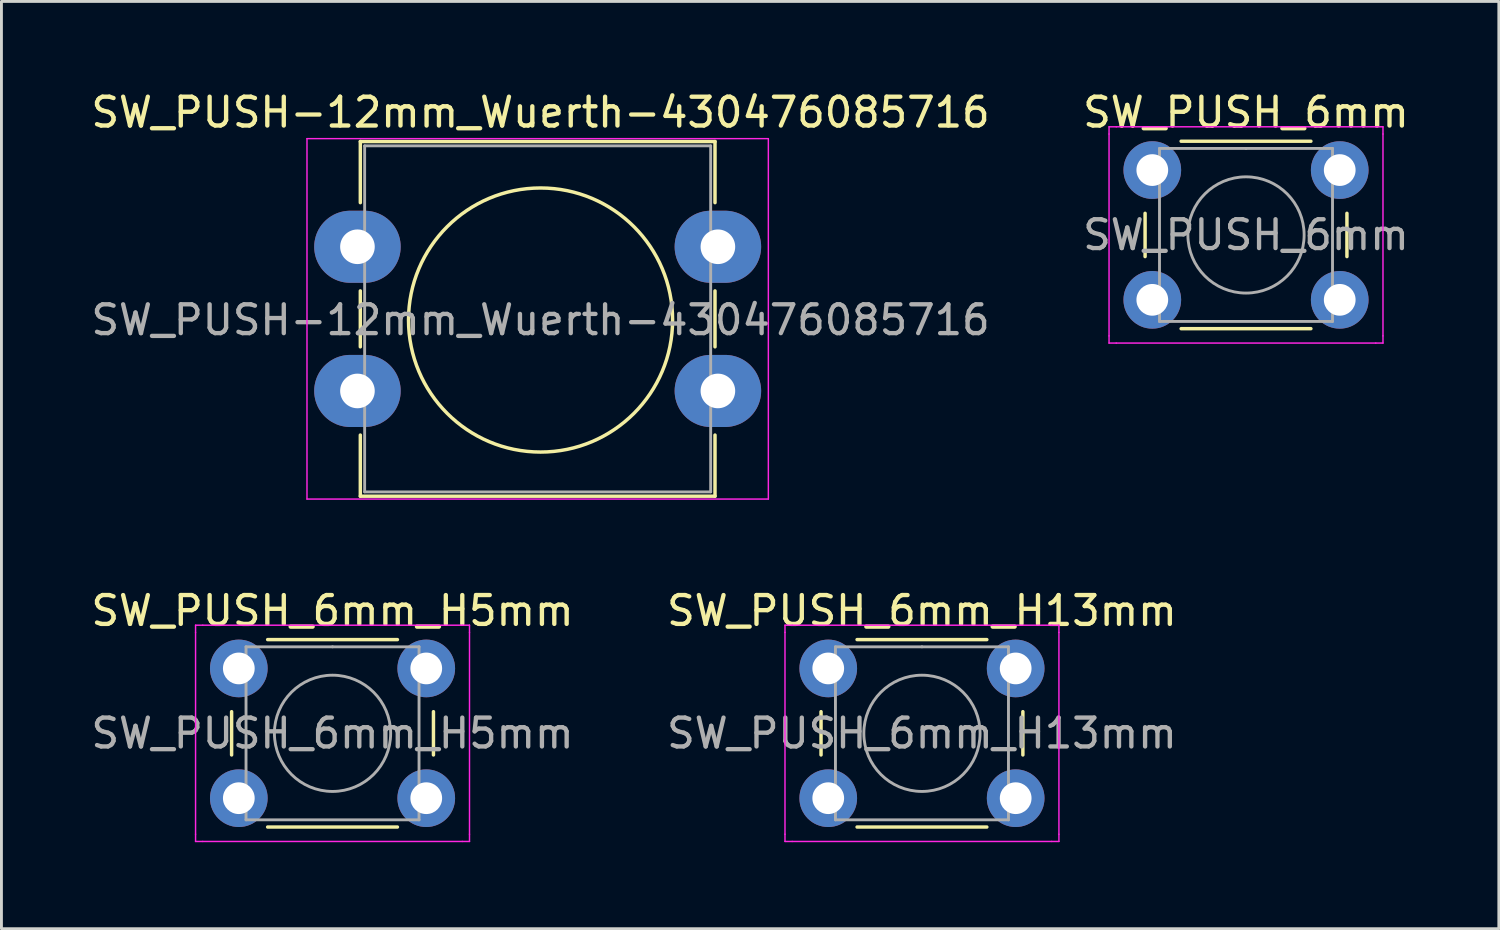
<source format=kicad_pcb>
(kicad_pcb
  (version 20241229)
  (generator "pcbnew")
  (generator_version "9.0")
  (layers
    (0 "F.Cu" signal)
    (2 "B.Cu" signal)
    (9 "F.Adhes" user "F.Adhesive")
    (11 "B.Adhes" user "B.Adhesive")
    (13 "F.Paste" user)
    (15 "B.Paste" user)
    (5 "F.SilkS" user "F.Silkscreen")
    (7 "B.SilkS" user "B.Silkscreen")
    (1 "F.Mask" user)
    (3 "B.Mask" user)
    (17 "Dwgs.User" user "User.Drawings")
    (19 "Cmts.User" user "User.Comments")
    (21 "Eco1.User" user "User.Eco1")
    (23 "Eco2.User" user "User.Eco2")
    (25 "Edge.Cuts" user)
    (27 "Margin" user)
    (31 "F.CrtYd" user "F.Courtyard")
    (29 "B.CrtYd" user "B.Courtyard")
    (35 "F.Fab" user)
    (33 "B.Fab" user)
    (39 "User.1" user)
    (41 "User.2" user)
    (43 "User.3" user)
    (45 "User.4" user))
  (footprint "SW_PUSH_6mm_H5mm"
    (layer "F.Cu")
    (at 5.232 20.131)
    (property "Reference" "SW_PUSH_6mm_H5mm" (at 3.25 -2 0) (layer "F.SilkS") (effects (font (size 1 1) (thickness 0.15))))
    (attr through_hole)
    (fp_line (start -0.25 1.5) (end -0.25 3) (stroke (width 0.12) (type solid)) (layer "F.SilkS"))
    (fp_line (start 1 5.5) (end 5.5 5.5) (stroke (width 0.12) (type solid)) (layer "F.SilkS"))
    (fp_line (start 5.5 -1) (end 1 -1) (stroke (width 0.12) (type solid)) (layer "F.SilkS"))
    (fp_line (start 6.75 3) (end 6.75 1.5) (stroke (width 0.12) (type solid)) (layer "F.SilkS"))
    (fp_line (start -1.5 -1.5) (end -1.25 -1.5) (stroke (width 0.05) (type solid)) (layer "F.CrtYd"))
    (fp_line (start -1.5 -1.25) (end -1.5 -1.5) (stroke (width 0.05) (type solid)) (layer "F.CrtYd"))
    (fp_line (start -1.5 5.75) (end -1.5 -1.25) (stroke (width 0.05) (type solid)) (layer "F.CrtYd"))
    (fp_line (start -1.5 5.75) (end -1.5 6) (stroke (width 0.05) (type solid)) (layer "F.CrtYd"))
    (fp_line (start -1.5 6) (end -1.25 6) (stroke (width 0.05) (type solid)) (layer "F.CrtYd"))
    (fp_line (start -1.25 -1.5) (end 7.75 -1.5) (stroke (width 0.05) (type solid)) (layer "F.CrtYd"))
    (fp_line (start 7.75 -1.5) (end 8 -1.5) (stroke (width 0.05) (type solid)) (layer "F.CrtYd"))
    (fp_line (start 7.75 6) (end -1.25 6) (stroke (width 0.05) (type solid)) (layer "F.CrtYd"))
    (fp_line (start 7.75 6) (end 8 6) (stroke (width 0.05) (type solid)) (layer "F.CrtYd"))
    (fp_line (start 8 -1.5) (end 8 -1.25) (stroke (width 0.05) (type solid)) (layer "F.CrtYd"))
    (fp_line (start 8 -1.25) (end 8 5.75) (stroke (width 0.05) (type solid)) (layer "F.CrtYd"))
    (fp_line (start 8 6) (end 8 5.75) (stroke (width 0.05) (type solid)) (layer "F.CrtYd"))
    (fp_line (start 0.25 -0.75) (end 3.25 -0.75) (stroke (width 0.1) (type solid)) (layer "F.Fab"))
    (fp_line (start 0.25 5.25) (end 0.25 -0.75) (stroke (width 0.1) (type solid)) (layer "F.Fab"))
    (fp_line (start 3.25 -0.75) (end 6.25 -0.75) (stroke (width 0.1) (type solid)) (layer "F.Fab"))
    (fp_line (start 6.25 -0.75) (end 6.25 5.25) (stroke (width 0.1) (type solid)) (layer "F.Fab"))
    (fp_line (start 6.25 5.25) (end 0.25 5.25) (stroke (width 0.1) (type solid)) (layer "F.Fab"))
    (fp_circle (center 3.25 2.25) (end 1.25 2.5) (stroke (width 0.1) (type solid)) (fill no) (layer "F.Fab"))
    (fp_text user "${REFERENCE}" (at 3.25 2.25 0) (layer "F.Fab") (effects (font (size 1 1) (thickness 0.15))))
    (pad "1" thru_hole circle (at 0 0 90) (size 2 2) (drill 1.1) (layers "*.Cu" "*.Mask"))
    (pad "1" thru_hole circle (at 6.5 0 90) (size 2 2) (drill 1.1) (layers "*.Cu" "*.Mask"))
    (pad "2" thru_hole circle (at 0 4.5 90) (size 2 2) (drill 1.1) (layers "*.Cu" "*.Mask"))
    (pad "2" thru_hole circle (at 6.5 4.5 90) (size 2 2) (drill 1.1) (layers "*.Cu" "*.Mask")))
  (footprint "SW_PUSH_6mm"
    (layer "F.Cu")
    (at 36.911 2.848)
    (property "Reference" "SW_PUSH_6mm" (at 3.25 -2 0) (layer "F.SilkS") (effects (font (size 1 1) (thickness 0.15))))
    (attr through_hole)
    (fp_line (start -0.25 1.5) (end -0.25 3) (stroke (width 0.12) (type solid)) (layer "F.SilkS"))
    (fp_line (start 1 5.5) (end 5.5 5.5) (stroke (width 0.12) (type solid)) (layer "F.SilkS"))
    (fp_line (start 5.5 -1) (end 1 -1) (stroke (width 0.12) (type solid)) (layer "F.SilkS"))
    (fp_line (start 6.75 3) (end 6.75 1.5) (stroke (width 0.12) (type solid)) (layer "F.SilkS"))
    (fp_line (start -1.5 -1.5) (end -1.25 -1.5) (stroke (width 0.05) (type solid)) (layer "F.CrtYd"))
    (fp_line (start -1.5 -1.25) (end -1.5 -1.5) (stroke (width 0.05) (type solid)) (layer "F.CrtYd"))
    (fp_line (start -1.5 5.75) (end -1.5 -1.25) (stroke (width 0.05) (type solid)) (layer "F.CrtYd"))
    (fp_line (start -1.5 5.75) (end -1.5 6) (stroke (width 0.05) (type solid)) (layer "F.CrtYd"))
    (fp_line (start -1.5 6) (end -1.25 6) (stroke (width 0.05) (type solid)) (layer "F.CrtYd"))
    (fp_line (start -1.25 -1.5) (end 7.75 -1.5) (stroke (width 0.05) (type solid)) (layer "F.CrtYd"))
    (fp_line (start 7.75 -1.5) (end 8 -1.5) (stroke (width 0.05) (type solid)) (layer "F.CrtYd"))
    (fp_line (start 7.75 6) (end -1.25 6) (stroke (width 0.05) (type solid)) (layer "F.CrtYd"))
    (fp_line (start 7.75 6) (end 8 6) (stroke (width 0.05) (type solid)) (layer "F.CrtYd"))
    (fp_line (start 8 -1.5) (end 8 -1.25) (stroke (width 0.05) (type solid)) (layer "F.CrtYd"))
    (fp_line (start 8 -1.25) (end 8 5.75) (stroke (width 0.05) (type solid)) (layer "F.CrtYd"))
    (fp_line (start 8 6) (end 8 5.75) (stroke (width 0.05) (type solid)) (layer "F.CrtYd"))
    (fp_line (start 0.25 -0.75) (end 3.25 -0.75) (stroke (width 0.1) (type solid)) (layer "F.Fab"))
    (fp_line (start 0.25 5.25) (end 0.25 -0.75) (stroke (width 0.1) (type solid)) (layer "F.Fab"))
    (fp_line (start 3.25 -0.75) (end 6.25 -0.75) (stroke (width 0.1) (type solid)) (layer "F.Fab"))
    (fp_line (start 6.25 -0.75) (end 6.25 5.25) (stroke (width 0.1) (type solid)) (layer "F.Fab"))
    (fp_line (start 6.25 5.25) (end 0.25 5.25) (stroke (width 0.1) (type solid)) (layer "F.Fab"))
    (fp_circle (center 3.25 2.25) (end 1.25 2.5) (stroke (width 0.1) (type solid)) (fill no) (layer "F.Fab"))
    (fp_text user "${REFERENCE}" (at 3.25 2.25 0) (layer "F.Fab") (effects (font (size 1 1) (thickness 0.15))))
    (pad "1" thru_hole circle (at 0 0 90) (size 2 2) (drill 1.1) (layers "*.Cu" "*.Mask"))
    (pad "1" thru_hole circle (at 6.5 0 90) (size 2 2) (drill 1.1) (layers "*.Cu" "*.Mask"))
    (pad "2" thru_hole circle (at 0 4.5 90) (size 2 2) (drill 1.1) (layers "*.Cu" "*.Mask"))
    (pad "2" thru_hole circle (at 6.5 4.5 90) (size 2 2) (drill 1.1) (layers "*.Cu" "*.Mask")))
  (footprint "SW_PUSH_6mm_H13mm"
    (layer "F.Cu")
    (at 25.673 20.131)
    (property "Reference" "SW_PUSH_6mm_H13mm" (at 3.25 -2 0) (layer "F.SilkS") (effects (font (size 1 1) (thickness 0.15))))
    (attr through_hole)
    (fp_line (start -0.25 1.5) (end -0.25 3) (stroke (width 0.12) (type solid)) (layer "F.SilkS"))
    (fp_line (start 1 5.5) (end 5.5 5.5) (stroke (width 0.12) (type solid)) (layer "F.SilkS"))
    (fp_line (start 5.5 -1) (end 1 -1) (stroke (width 0.12) (type solid)) (layer "F.SilkS"))
    (fp_line (start 6.75 3) (end 6.75 1.5) (stroke (width 0.12) (type solid)) (layer "F.SilkS"))
    (fp_line (start -1.5 -1.5) (end -1.25 -1.5) (stroke (width 0.05) (type solid)) (layer "F.CrtYd"))
    (fp_line (start -1.5 -1.25) (end -1.5 -1.5) (stroke (width 0.05) (type solid)) (layer "F.CrtYd"))
    (fp_line (start -1.5 5.75) (end -1.5 -1.25) (stroke (width 0.05) (type solid)) (layer "F.CrtYd"))
    (fp_line (start -1.5 5.75) (end -1.5 6) (stroke (width 0.05) (type solid)) (layer "F.CrtYd"))
    (fp_line (start -1.5 6) (end -1.25 6) (stroke (width 0.05) (type solid)) (layer "F.CrtYd"))
    (fp_line (start -1.25 -1.5) (end 7.75 -1.5) (stroke (width 0.05) (type solid)) (layer "F.CrtYd"))
    (fp_line (start 7.75 -1.5) (end 8 -1.5) (stroke (width 0.05) (type solid)) (layer "F.CrtYd"))
    (fp_line (start 7.75 6) (end -1.25 6) (stroke (width 0.05) (type solid)) (layer "F.CrtYd"))
    (fp_line (start 7.75 6) (end 8 6) (stroke (width 0.05) (type solid)) (layer "F.CrtYd"))
    (fp_line (start 8 -1.5) (end 8 -1.25) (stroke (width 0.05) (type solid)) (layer "F.CrtYd"))
    (fp_line (start 8 -1.25) (end 8 5.75) (stroke (width 0.05) (type solid)) (layer "F.CrtYd"))
    (fp_line (start 8 6) (end 8 5.75) (stroke (width 0.05) (type solid)) (layer "F.CrtYd"))
    (fp_line (start 0.25 -0.75) (end 3.25 -0.75) (stroke (width 0.1) (type solid)) (layer "F.Fab"))
    (fp_line (start 0.25 5.25) (end 0.25 -0.75) (stroke (width 0.1) (type solid)) (layer "F.Fab"))
    (fp_line (start 3.25 -0.75) (end 6.25 -0.75) (stroke (width 0.1) (type solid)) (layer "F.Fab"))
    (fp_line (start 6.25 -0.75) (end 6.25 5.25) (stroke (width 0.1) (type solid)) (layer "F.Fab"))
    (fp_line (start 6.25 5.25) (end 0.25 5.25) (stroke (width 0.1) (type solid)) (layer "F.Fab"))
    (fp_circle (center 3.25 2.25) (end 1.25 2.5) (stroke (width 0.1) (type solid)) (fill no) (layer "F.Fab"))
    (fp_text user "${REFERENCE}" (at 3.25 2.25 0) (layer "F.Fab") (effects (font (size 1 1) (thickness 0.15))))
    (pad "1" thru_hole circle (at 0 0 90) (size 2 2) (drill 1.1) (layers "*.Cu" "*.Mask"))
    (pad "1" thru_hole circle (at 6.5 0 90) (size 2 2) (drill 1.1) (layers "*.Cu" "*.Mask"))
    (pad "2" thru_hole circle (at 0 4.5 90) (size 2 2) (drill 1.1) (layers "*.Cu" "*.Mask"))
    (pad "2" thru_hole circle (at 6.5 4.5 90) (size 2 2) (drill 1.1) (layers "*.Cu" "*.Mask")))
  (footprint "SW_PUSH-12mm_Wuerth-430476085716"
    (layer "F.Cu")
    (at 9.346 5.508)
    (property "Reference" "SW_PUSH-12mm_Wuerth-430476085716" (at 6.35 -4.66 0) (layer "F.SilkS") (effects (font (size 1 1) (thickness 0.15))))
    (attr through_hole)
    (fp_line (start 0.1 -3.65) (end 12.4 -3.65) (stroke (width 0.12) (type solid)) (layer "F.SilkS"))
    (fp_line (start 0.1 -1.53) (end 0.1 -3.65) (stroke (width 0.12) (type solid)) (layer "F.SilkS"))
    (fp_line (start 0.1 3.47) (end 0.1 1.53) (stroke (width 0.12) (type solid)) (layer "F.SilkS"))
    (fp_line (start 0.1 8.65) (end 0.1 6.53) (stroke (width 0.12) (type solid)) (layer "F.SilkS"))
    (fp_line (start 12.4 -3.65) (end 12.4 -1.53) (stroke (width 0.12) (type solid)) (layer "F.SilkS"))
    (fp_line (start 12.4 1.53) (end 12.4 3.47) (stroke (width 0.12) (type solid)) (layer "F.SilkS"))
    (fp_line (start 12.4 6.53) (end 12.4 8.65) (stroke (width 0.12) (type solid)) (layer "F.SilkS"))
    (fp_line (start 12.4 8.65) (end 0.1 8.65) (stroke (width 0.12) (type solid)) (layer "F.SilkS"))
    (fp_circle (center 6.35 2.54) (end 10.929 2.54) (stroke (width 0.12) (type solid)) (fill no) (layer "F.SilkS"))
    (fp_line (start -1.75 -3.75) (end -1.75 8.75) (stroke (width 0.05) (type solid)) (layer "F.CrtYd"))
    (fp_line (start -1.75 8.75) (end 14.25 8.75) (stroke (width 0.05) (type solid)) (layer "F.CrtYd"))
    (fp_line (start 14.25 -3.75) (end -1.75 -3.75) (stroke (width 0.05) (type solid)) (layer "F.CrtYd"))
    (fp_line (start 14.25 8.75) (end 14.25 -3.75) (stroke (width 0.05) (type solid)) (layer "F.CrtYd"))
    (fp_line (start 0.25 -3.5) (end 0.25 8.5) (stroke (width 0.1) (type solid)) (layer "F.Fab"))
    (fp_line (start 0.25 8.5) (end 12.25 8.5) (stroke (width 0.1) (type solid)) (layer "F.Fab"))
    (fp_line (start 12.25 -3.5) (end 0.25 -3.5) (stroke (width 0.1) (type solid)) (layer "F.Fab"))
    (fp_line (start 12.25 8.5) (end 12.25 -3.5) (stroke (width 0.1) (type solid)) (layer "F.Fab"))
    (fp_text user "${REFERENCE}" (at 6.35 2.54 0) (layer "F.Fab") (effects (font (size 1 1) (thickness 0.15))))
    (pad "1" thru_hole oval (at 0 0) (size 3 2.5) (drill 1.2) (layers "*.Cu" "*.Mask"))
    (pad "1" thru_hole oval (at 12.5 0) (size 3 2.5) (drill 1.2) (layers "*.Cu" "*.Mask"))
    (pad "2" thru_hole oval (at 0 5) (size 3 2.5) (drill 1.2) (layers "*.Cu" "*.Mask"))
    (pad "2" thru_hole oval (at 12.5 5) (size 3 2.5) (drill 1.2) (layers "*.Cu" "*.Mask")))
  (gr_rect
    (start -3 -3)
    (end 48.929 29.157)
    (stroke (width 0.1) (type default))
    (fill no)
    (layer "Edge.Cuts")))
</source>
